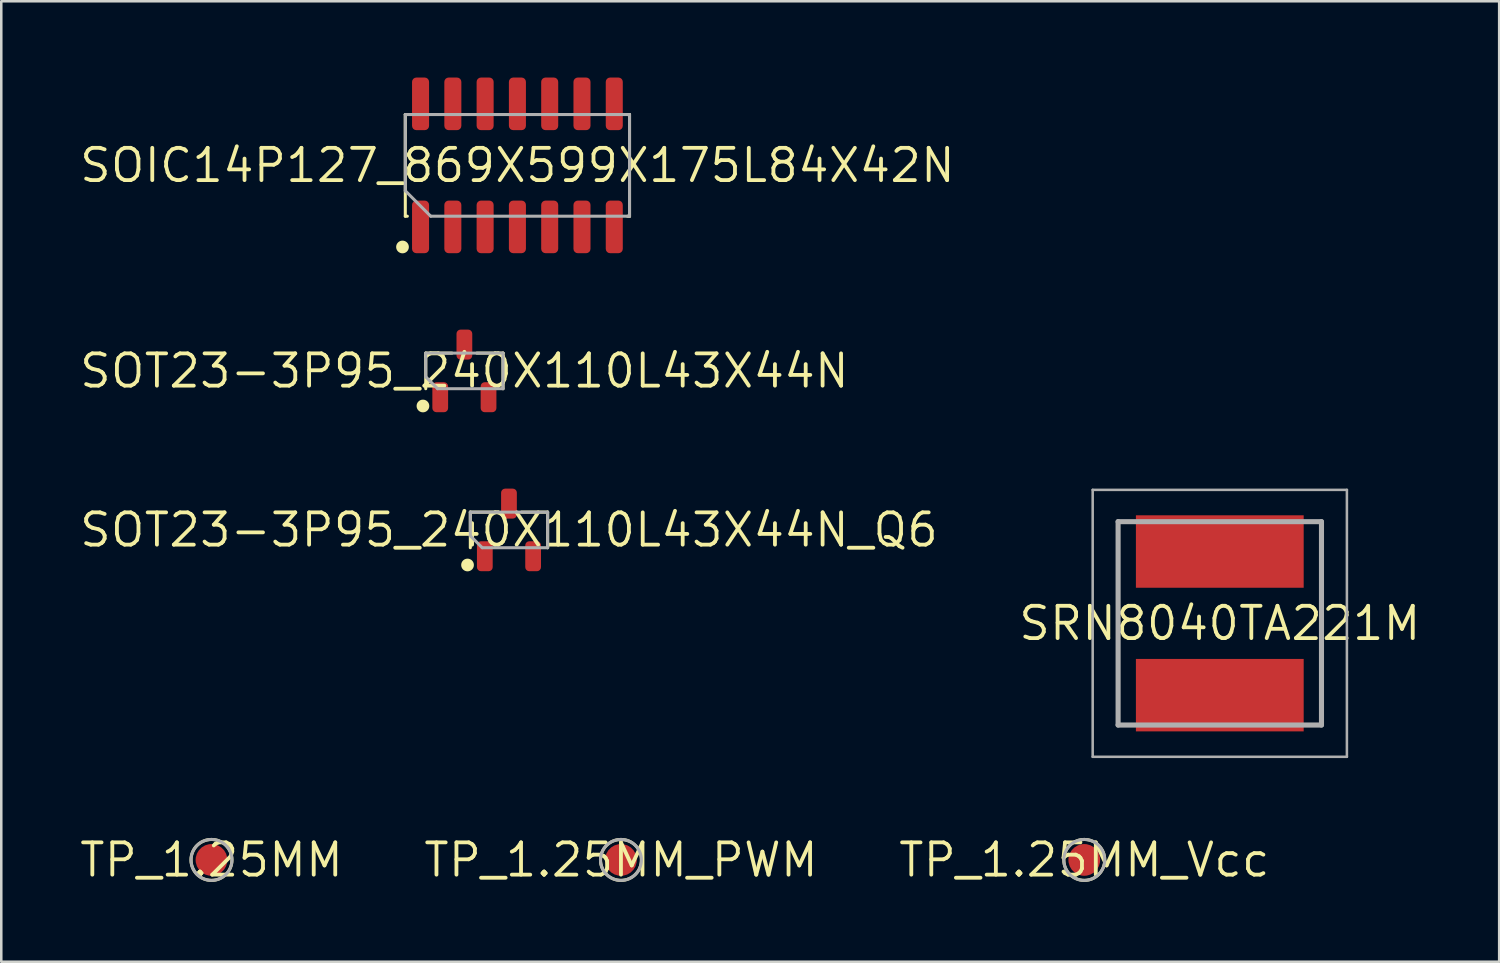
<source format=kicad_pcb>
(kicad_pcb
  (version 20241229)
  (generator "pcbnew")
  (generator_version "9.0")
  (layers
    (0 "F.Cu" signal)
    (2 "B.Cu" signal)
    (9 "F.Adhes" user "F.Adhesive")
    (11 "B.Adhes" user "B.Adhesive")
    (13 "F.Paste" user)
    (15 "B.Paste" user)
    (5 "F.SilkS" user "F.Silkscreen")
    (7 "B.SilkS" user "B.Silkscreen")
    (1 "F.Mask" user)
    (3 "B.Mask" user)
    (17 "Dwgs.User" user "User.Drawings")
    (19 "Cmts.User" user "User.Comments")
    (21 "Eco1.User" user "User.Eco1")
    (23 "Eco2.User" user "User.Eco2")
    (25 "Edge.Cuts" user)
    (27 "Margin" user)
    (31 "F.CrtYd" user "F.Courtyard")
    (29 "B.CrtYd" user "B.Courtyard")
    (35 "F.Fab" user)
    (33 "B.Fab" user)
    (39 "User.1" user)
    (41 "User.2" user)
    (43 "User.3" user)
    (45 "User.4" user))
  (footprint "SRN8040TA221M"
    (layer "F.Cu")
    (at 44.932 21.47)
    (property "Reference" "SRN8040TA221M" (at 0 0 0) (layer "F.SilkS") (effects (font (size 1.27 1.27) (thickness 0.15))))
    (fp_line (start -4 -4) (end -4 4) (stroke (width 0.1) (type solid)) (layer "F.SilkS"))
    (fp_line (start 4 -4) (end 4 4) (stroke (width 0.1) (type solid)) (layer "F.SilkS"))
    (fp_line (start -5 -5.25) (end 5 -5.25) (stroke (width 0.1) (type solid)) (layer "F.Fab"))
    (fp_line (start -5 5.25) (end -5 -5.25) (stroke (width 0.1) (type solid)) (layer "F.Fab"))
    (fp_line (start -4 -4) (end 4 -4) (stroke (width 0.2) (type solid)) (layer "F.Fab"))
    (fp_line (start -4 4) (end -4 -4) (stroke (width 0.2) (type solid)) (layer "F.Fab"))
    (fp_line (start 4 -4) (end 4 4) (stroke (width 0.2) (type solid)) (layer "F.Fab"))
    (fp_line (start 4 4) (end -4 4) (stroke (width 0.2) (type solid)) (layer "F.Fab"))
    (fp_line (start 5 -5.25) (end 5 5.25) (stroke (width 0.1) (type solid)) (layer "F.Fab"))
    (fp_line (start 5 5.25) (end -5 5.25) (stroke (width 0.1) (type solid)) (layer "F.Fab"))
    (pad "1" smd rect (at 0 2.825) (size 6.6 2.85) (layers "F.Cu" "F.Mask" "F.Paste"))
    (pad "2" smd rect (at 0 -2.825) (size 6.6 2.85) (layers "F.Cu" "F.Mask" "F.Paste")))
  (footprint "SOT23-3P95_240X110L43X44N_Q6"
    (layer "F.Cu")
    (at 16.971 17.795)
    (property "Reference" "SOT23-3P95_240X110L43X44N_Q6" (at 0 0 0) (layer "F.SilkS") (effects (font (size 1.27 1.27) (thickness 0.15))))
    (fp_line (start -1.52 -0.7) (end -1.52 0.7) (stroke (width 0.12) (type solid)) (layer "F.SilkS"))
    (fp_line (start -0.49 -0.7) (end -1.52 -0.7) (stroke (width 0.12) (type solid)) (layer "F.SilkS"))
    (fp_line (start 0.49 -0.7) (end 1.52 -0.7) (stroke (width 0.12) (type solid)) (layer "F.SilkS"))
    (fp_line (start 1.52 -0.7) (end 1.52 0.7) (stroke (width 0.12) (type solid)) (layer "F.SilkS"))
    (fp_circle (center -1.63 1.38) (end -1.505 1.38) (stroke (width 0.25) (type solid)) (fill yes) (layer "F.SilkS"))
    (fp_line (start -1.52 -0.7) (end 1.52 -0.7) (stroke (width 0.12) (type solid)) (layer "F.Fab"))
    (fp_line (start -1.52 0.233) (end -1.52 -0.7) (stroke (width 0.12) (type solid)) (layer "F.Fab"))
    (fp_line (start -1.053 0.7) (end -1.52 0.233) (stroke (width 0.12) (type solid)) (layer "F.Fab"))
    (fp_line (start 1.52 -0.7) (end 1.52 0.7) (stroke (width 0.12) (type solid)) (layer "F.Fab"))
    (fp_line (start 1.52 0.7) (end -1.053 0.7) (stroke (width 0.12) (type solid)) (layer "F.Fab"))
    (pad "1" smd roundrect (at -0.95 1.035) (size 0.62 1.18) (layers "F.Cu" "F.Mask" "F.Paste") (roundrect_rratio 0.26))
    (pad "2" smd roundrect (at 0.95 1.035) (size 0.62 1.18) (layers "F.Cu" "F.Mask" "F.Paste") (roundrect_rratio 0.26))
    (pad "3" smd roundrect (at 0 -1.035 180) (size 0.62 1.18) (layers "F.Cu" "F.Mask" "F.Paste") (roundrect_rratio 0.26)))
  (footprint "TP_1.25MM_PWM"
    (layer "F.Cu")
    (at 21.376 30.776)
    (property "Reference" "TP_1.25MM_PWM" (at 0 0 0) (layer "F.SilkS") (effects (font (size 1.27 1.27) (thickness 0.15))))
    (fp_circle (center 0 0) (end 0.805 0) (stroke (width 0.12) (type solid)) (fill no) (layer "F.SilkS"))
    (fp_circle (center 0 0) (end 0.805 0) (stroke (width 0.12) (type solid)) (fill no) (layer "F.Fab"))
    (pad "TP" smd roundrect (at 0 0) (size 1.25 1.25) (layers "F.Cu" "F.Mask") (roundrect_rratio 0.5)))
  (footprint "TP_1.25MM_Vcc"
    (layer "F.Cu")
    (at 39.601 30.776)
    (property "Reference" "TP_1.25MM_Vcc" (at 0 0 0) (layer "F.SilkS") (effects (font (size 1.27 1.27) (thickness 0.15))))
    (fp_circle (center 0 0) (end 0.805 0) (stroke (width 0.12) (type solid)) (fill no) (layer "F.SilkS"))
    (fp_circle (center 0 0) (end 0.805 0) (stroke (width 0.12) (type solid)) (fill no) (layer "F.Fab"))
    (pad "TP" smd roundrect (at 0 0) (size 1.25 1.25) (layers "F.Cu" "F.Mask") (roundrect_rratio 0.5)))
  (footprint "TP_1.25MM"
    (layer "F.Cu")
    (at 5.269 30.776)
    (property "Reference" "TP_1.25MM" (at 0 0 0) (layer "F.SilkS") (effects (font (size 1.27 1.27) (thickness 0.15))))
    (fp_circle (center 0 0) (end 0.805 0) (stroke (width 0.12) (type solid)) (fill no) (layer "F.SilkS"))
    (fp_circle (center 0 0) (end 0.805 0) (stroke (width 0.12) (type solid)) (fill no) (layer "F.Fab"))
    (pad "TP" smd roundrect (at 0 0) (size 1.25 1.25) (layers "F.Cu" "F.Mask") (roundrect_rratio 0.5)))
  (footprint "SOT23-3P95_240X110L43X44N"
    (layer "F.Cu")
    (at 15.217 11.54)
    (property "Reference" "SOT23-3P95_240X110L43X44N" (at 0 0 0) (layer "F.SilkS") (effects (font (size 1.27 1.27) (thickness 0.15))))
    (fp_line (start -1.52 -0.7) (end -1.52 0.7) (stroke (width 0.12) (type solid)) (layer "F.SilkS"))
    (fp_line (start -0.49 -0.7) (end -1.52 -0.7) (stroke (width 0.12) (type solid)) (layer "F.SilkS"))
    (fp_line (start 0.49 -0.7) (end 1.52 -0.7) (stroke (width 0.12) (type solid)) (layer "F.SilkS"))
    (fp_line (start 1.52 -0.7) (end 1.52 0.7) (stroke (width 0.12) (type solid)) (layer "F.SilkS"))
    (fp_circle (center -1.63 1.38) (end -1.505 1.38) (stroke (width 0.25) (type solid)) (fill yes) (layer "F.SilkS"))
    (fp_line (start -1.52 -0.7) (end 1.52 -0.7) (stroke (width 0.12) (type solid)) (layer "F.Fab"))
    (fp_line (start -1.52 0.233) (end -1.52 -0.7) (stroke (width 0.12) (type solid)) (layer "F.Fab"))
    (fp_line (start -1.053 0.7) (end -1.52 0.233) (stroke (width 0.12) (type solid)) (layer "F.Fab"))
    (fp_line (start 1.52 -0.7) (end 1.52 0.7) (stroke (width 0.12) (type solid)) (layer "F.Fab"))
    (fp_line (start 1.52 0.7) (end -1.053 0.7) (stroke (width 0.12) (type solid)) (layer "F.Fab"))
    (pad "1" smd roundrect (at -0.95 1.035) (size 0.62 1.18) (layers "F.Cu" "F.Mask" "F.Paste") (roundrect_rratio 0.26))
    (pad "2" smd roundrect (at 0.95 1.035) (size 0.62 1.18) (layers "F.Cu" "F.Mask" "F.Paste") (roundrect_rratio 0.26))
    (pad "3" smd roundrect (at 0 -1.035 180) (size 0.62 1.18) (layers "F.Cu" "F.Mask" "F.Paste") (roundrect_rratio 0.26)))
  (footprint "SOIC14P127_869X599X175L84X42N"
    (layer "F.Cu")
    (at 17.303 3.455)
    (property "Reference" "SOIC14P127_869X599X175L84X42N" (at 0 0 0) (layer "F.SilkS") (effects (font (size 1.27 1.27) (thickness 0.15))))
    (fp_line (start -4.41 -2) (end -4.41 2) (stroke (width 0.12) (type solid)) (layer "F.SilkS"))
    (fp_line (start -4.41 2) (end -4.33 2) (stroke (width 0.12) (type solid)) (layer "F.SilkS"))
    (fp_line (start -4.33 -2) (end -4.41 -2) (stroke (width 0.12) (type solid)) (layer "F.SilkS"))
    (fp_line (start 4.33 -2) (end 4.41 -2) (stroke (width 0.12) (type solid)) (layer "F.SilkS"))
    (fp_line (start 4.41 -2) (end 4.41 2) (stroke (width 0.12) (type solid)) (layer "F.SilkS"))
    (fp_line (start 4.41 2) (end 4.33 2) (stroke (width 0.12) (type solid)) (layer "F.SilkS"))
    (fp_circle (center -4.52 3.21) (end -4.395 3.21) (stroke (width 0.25) (type solid)) (fill yes) (layer "F.SilkS"))
    (fp_line (start -4.41 -2) (end 4.41 -2) (stroke (width 0.12) (type solid)) (layer "F.Fab"))
    (fp_line (start -4.41 1) (end -4.41 -2) (stroke (width 0.12) (type solid)) (layer "F.Fab"))
    (fp_line (start -3.41 2) (end -4.41 1) (stroke (width 0.12) (type solid)) (layer "F.Fab"))
    (fp_line (start 4.41 -2) (end 4.41 2) (stroke (width 0.12) (type solid)) (layer "F.Fab"))
    (fp_line (start 4.41 2) (end -3.41 2) (stroke (width 0.12) (type solid)) (layer "F.Fab"))
    (pad "1" smd roundrect (at -3.81 2.42) (size 0.67 2.07) (layers "F.Cu" "F.Mask" "F.Paste") (roundrect_rratio 0.255))
    (pad "2" smd roundrect (at -2.54 2.42) (size 0.67 2.07) (layers "F.Cu" "F.Mask" "F.Paste") (roundrect_rratio 0.255))
    (pad "3" smd roundrect (at -1.27 2.42) (size 0.67 2.07) (layers "F.Cu" "F.Mask" "F.Paste") (roundrect_rratio 0.255))
    (pad "4" smd roundrect (at 0 2.42) (size 0.67 2.07) (layers "F.Cu" "F.Mask" "F.Paste") (roundrect_rratio 0.255))
    (pad "5" smd roundrect (at 1.27 2.42) (size 0.67 2.07) (layers "F.Cu" "F.Mask" "F.Paste") (roundrect_rratio 0.255))
    (pad "6" smd roundrect (at 2.54 2.42) (size 0.67 2.07) (layers "F.Cu" "F.Mask" "F.Paste") (roundrect_rratio 0.255))
    (pad "7" smd roundrect (at 3.81 2.42) (size 0.67 2.07) (layers "F.Cu" "F.Mask" "F.Paste") (roundrect_rratio 0.255))
    (pad "8" smd roundrect (at 3.81 -2.42 180) (size 0.67 2.07) (layers "F.Cu" "F.Mask" "F.Paste") (roundrect_rratio 0.255))
    (pad "9" smd roundrect (at 2.54 -2.42 180) (size 0.67 2.07) (layers "F.Cu" "F.Mask" "F.Paste") (roundrect_rratio 0.255))
    (pad "10" smd roundrect (at 1.27 -2.42 180) (size 0.67 2.07) (layers "F.Cu" "F.Mask" "F.Paste") (roundrect_rratio 0.255))
    (pad "11" smd roundrect (at 0 -2.42 180) (size 0.67 2.07) (layers "F.Cu" "F.Mask" "F.Paste") (roundrect_rratio 0.255))
    (pad "12" smd roundrect (at -1.27 -2.42 180) (size 0.67 2.07) (layers "F.Cu" "F.Mask" "F.Paste") (roundrect_rratio 0.255))
    (pad "13" smd roundrect (at -2.54 -2.42 180) (size 0.67 2.07) (layers "F.Cu" "F.Mask" "F.Paste") (roundrect_rratio 0.255))
    (pad "14" smd roundrect (at -3.81 -2.42 180) (size 0.67 2.07) (layers "F.Cu" "F.Mask" "F.Paste") (roundrect_rratio 0.255)))
  (gr_rect
    (start -3 -3)
    (end 55.922 34.782)
    (stroke (width 0.1) (type default))
    (fill no)
    (layer "Edge.Cuts")))
</source>
